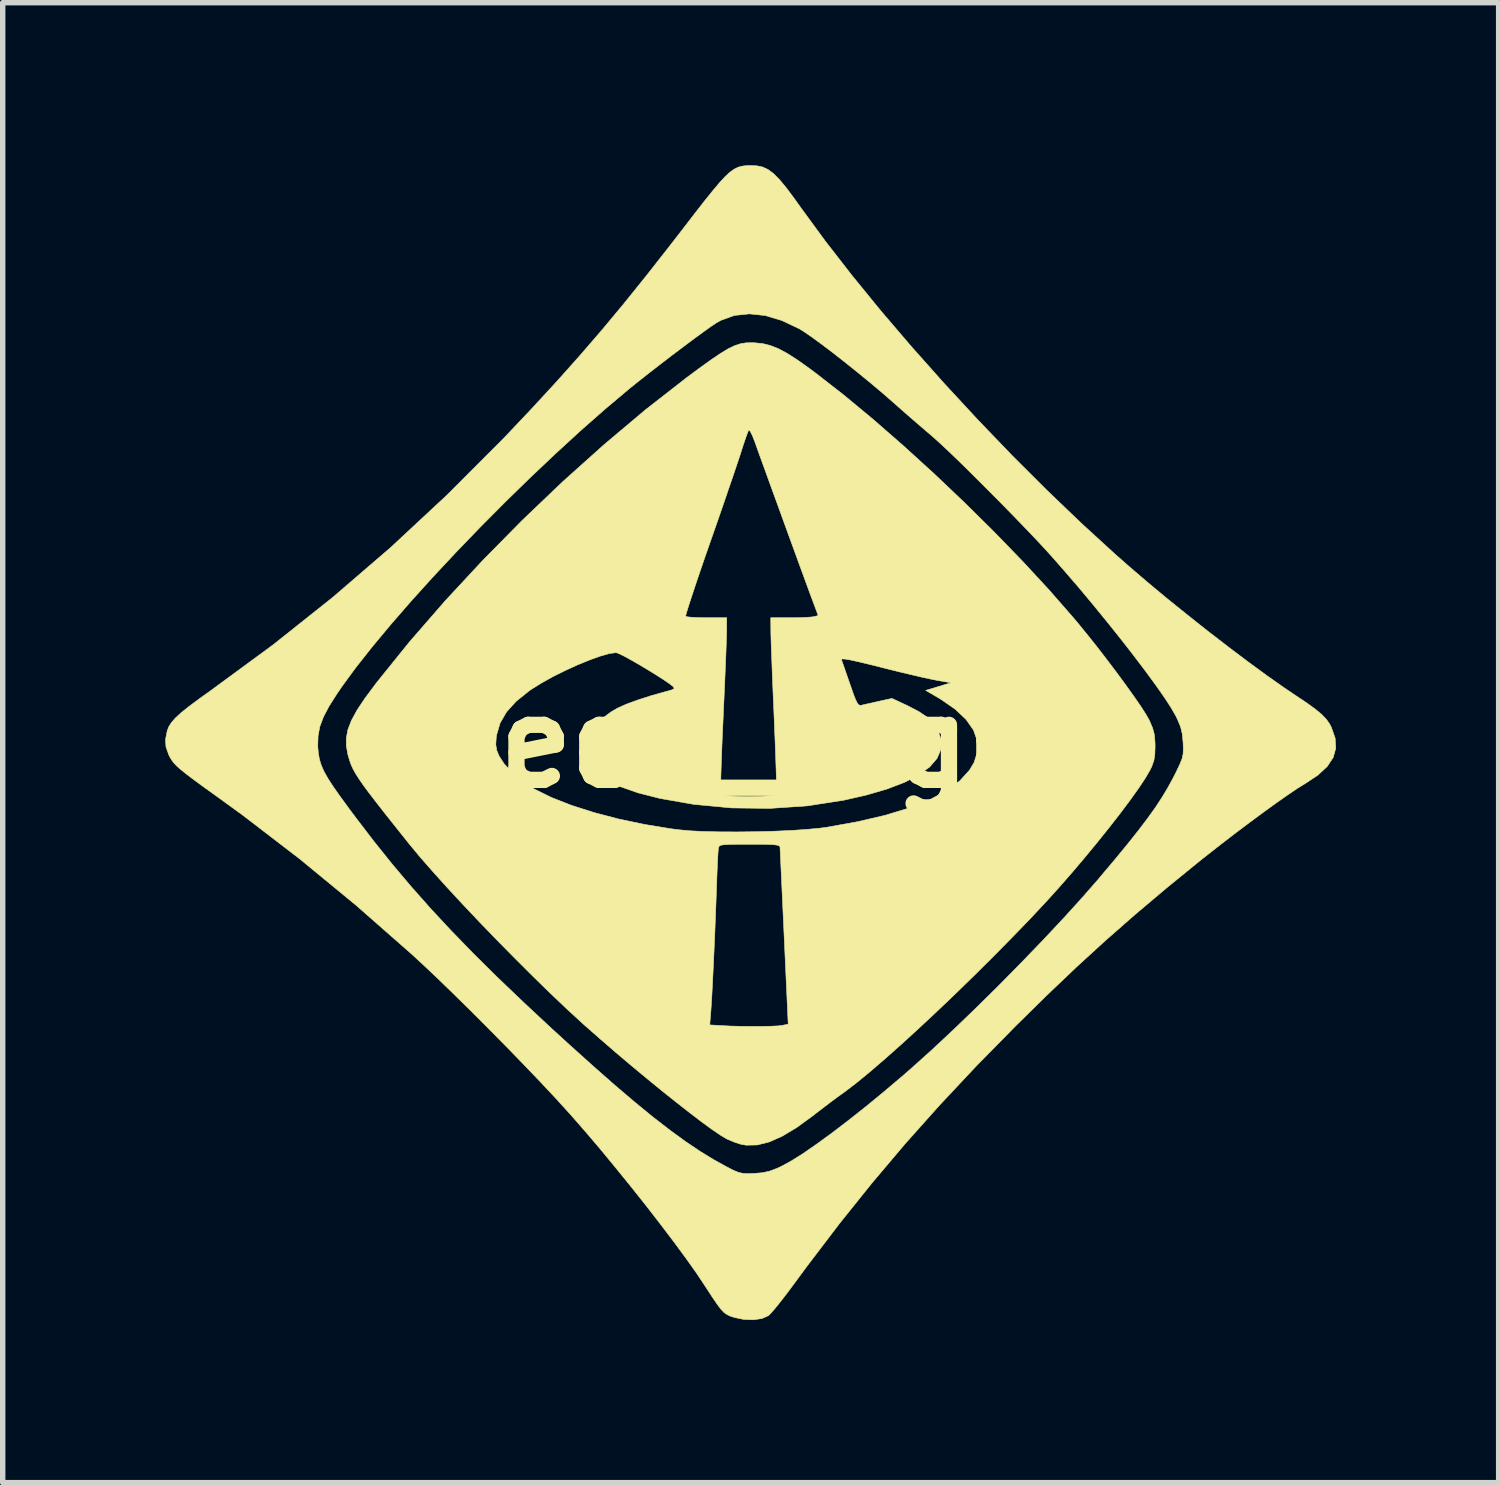
<source format=kicad_pcb>
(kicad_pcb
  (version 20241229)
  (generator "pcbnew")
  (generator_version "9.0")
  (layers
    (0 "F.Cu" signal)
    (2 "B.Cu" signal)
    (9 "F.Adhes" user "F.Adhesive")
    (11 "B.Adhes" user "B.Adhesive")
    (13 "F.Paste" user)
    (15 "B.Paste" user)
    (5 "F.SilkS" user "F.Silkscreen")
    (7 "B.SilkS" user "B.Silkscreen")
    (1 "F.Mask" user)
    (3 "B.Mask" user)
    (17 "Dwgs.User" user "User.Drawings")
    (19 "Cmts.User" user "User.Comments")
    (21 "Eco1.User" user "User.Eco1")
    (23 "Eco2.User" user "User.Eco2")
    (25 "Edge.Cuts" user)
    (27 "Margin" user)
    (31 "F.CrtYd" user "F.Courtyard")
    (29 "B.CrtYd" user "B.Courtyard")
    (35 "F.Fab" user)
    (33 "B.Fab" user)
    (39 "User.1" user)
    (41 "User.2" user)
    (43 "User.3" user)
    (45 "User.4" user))
  (footprint "ieee_logo"
    (layer "F.Cu")
    (at 10.837 10.655)
    (property "Reference" "ieee_logo" (at 0 0 0) (layer "F.SilkS") (effects (font (size 1.524 1.524) (thickness 0.3))))
    (attr through_hole)
    (fp_poly (pts (xy 0.086 -10.644) (xy 0.19 -10.622) (xy 0.289 -10.576) (xy 0.389 -10.502) (xy 0.498 -10.392) (xy 0.623 -10.242) (xy 0.771 -10.044) (xy 0.898 -9.866) (xy 1.343 -9.258) (xy 1.837 -8.622) (xy 2.373 -7.965) (xy 2.945 -7.296) (xy 3.544 -6.623) (xy 4.163 -5.954) (xy 4.794 -5.297) (xy 5.432 -4.66) (xy 6.067 -4.051) (xy 6.692 -3.479) (xy 6.953 -3.249) (xy 7.287 -2.963) (xy 7.647 -2.663) (xy 8.024 -2.359) (xy 8.406 -2.056) (xy 8.786 -1.763) (xy 9.152 -1.487) (xy 9.496 -1.235) (xy 9.807 -1.016) (xy 10.025 -0.869) (xy 10.233 -0.73) (xy 10.39 -0.616) (xy 10.507 -0.519) (xy 10.592 -0.431) (xy 10.653 -0.344) (xy 10.685 -0.283) (xy 10.756 -0.082) (xy 10.768 0.104) (xy 10.72 0.277) (xy 10.61 0.442) (xy 10.436 0.603) (xy 10.196 0.762) (xy 10.177 0.773) (xy 10.05 0.852) (xy 9.879 0.968) (xy 9.672 1.113) (xy 9.438 1.282) (xy 9.185 1.469) (xy 8.923 1.666) (xy 8.659 1.869) (xy 8.402 2.07) (xy 8.263 2.18) (xy 7.646 2.683) (xy 7.069 3.17) (xy 6.518 3.653) (xy 5.976 4.149) (xy 5.428 4.671) (xy 4.858 5.232) (xy 4.134 5.969) (xy 3.459 6.689) (xy 2.82 7.405) (xy 2.208 8.129) (xy 1.609 8.876) (xy 1.013 9.659) (xy 0.768 9.991) (xy 0.643 10.159) (xy 0.525 10.312) (xy 0.423 10.439) (xy 0.344 10.531) (xy 0.298 10.577) (xy 0.178 10.631) (xy 0.018 10.655) (xy -0.164 10.647) (xy -0.332 10.612) (xy -0.407 10.587) (xy -0.469 10.558) (xy -0.526 10.517) (xy -0.585 10.454) (xy -0.654 10.362) (xy -0.743 10.231) (xy -0.859 10.053) (xy -0.877 10.025) (xy -1.03 9.795) (xy -1.222 9.524) (xy -1.446 9.22) (xy -1.695 8.892) (xy -1.962 8.547) (xy -2.241 8.196) (xy -2.525 7.846) (xy -2.806 7.505) (xy -3.079 7.184) (xy -3.337 6.889) (xy -3.369 6.853) (xy -3.617 6.58) (xy -3.903 6.274) (xy -4.217 5.946) (xy -4.549 5.604) (xy -4.89 5.259) (xy -5.229 4.92) (xy -5.558 4.597) (xy -5.866 4.299) (xy -6.144 4.038) (xy -6.282 3.911) (xy -7.316 3.003) (xy -8.35 2.152) (xy -9.396 1.349) (xy -9.872 1.003) (xy -10.108 0.834) (xy -10.294 0.698) (xy -10.438 0.589) (xy -10.547 0.502) (xy -10.627 0.431) (xy -10.684 0.37) (xy -10.725 0.313) (xy -10.758 0.256) (xy -10.774 0.222) (xy -10.824 0.079) (xy -10.825 0.057) (xy -8.022 0.057) (xy -8.02 0.095) (xy -8.01 0.208) (xy -7.99 0.314) (xy -7.957 0.42) (xy -7.907 0.534) (xy -7.834 0.664) (xy -7.734 0.818) (xy -7.603 1.004) (xy -7.438 1.23) (xy -7.319 1.389) (xy -6.988 1.821) (xy -6.654 2.238) (xy -6.31 2.646) (xy -5.951 3.052) (xy -5.57 3.462) (xy -5.162 3.883) (xy -4.72 4.321) (xy -4.239 4.781) (xy -3.713 5.272) (xy -3.388 5.569) (xy -2.942 5.97) (xy -2.538 6.326) (xy -2.171 6.638) (xy -1.835 6.913) (xy -1.526 7.152) (xy -1.24 7.361) (xy -0.971 7.542) (xy -0.715 7.699) (xy -0.485 7.826) (xy -0.354 7.894) (xy -0.257 7.934) (xy -0.172 7.953) (xy -0.073 7.957) (xy 0.033 7.953) (xy 0.19 7.94) (xy 0.323 7.91) (xy 0.464 7.856) (xy 0.542 7.819) (xy 0.716 7.724) (xy 0.933 7.588) (xy 1.186 7.413) (xy 1.469 7.207) (xy 1.775 6.973) (xy 2.099 6.717) (xy 2.433 6.442) (xy 2.772 6.155) (xy 2.968 5.984) (xy 3.331 5.657) (xy 3.722 5.291) (xy 4.13 4.898) (xy 4.545 4.488) (xy 4.958 4.069) (xy 5.359 3.653) (xy 5.738 3.249) (xy 6.084 2.868) (xy 6.389 2.519) (xy 6.399 2.506) (xy 6.679 2.174) (xy 6.917 1.885) (xy 7.119 1.631) (xy 7.29 1.406) (xy 7.436 1.203) (xy 7.56 1.014) (xy 7.669 0.832) (xy 7.768 0.651) (xy 7.826 0.536) (xy 7.891 0.398) (xy 7.931 0.298) (xy 7.95 0.211) (xy 7.954 0.115) (xy 7.95 0) (xy 7.935 -0.159) (xy 7.903 -0.291) (xy 7.845 -0.43) (xy 7.814 -0.494) (xy 7.73 -0.64) (xy 7.606 -0.831) (xy 7.447 -1.058) (xy 7.257 -1.317) (xy 7.042 -1.601) (xy 6.807 -1.903) (xy 6.556 -2.217) (xy 6.295 -2.537) (xy 6.029 -2.856) (xy 5.761 -3.167) (xy 5.524 -3.437) (xy 5.377 -3.599) (xy 5.197 -3.791) (xy 4.993 -4.004) (xy 4.772 -4.232) (xy 4.541 -4.468) (xy 4.307 -4.703) (xy 4.079 -4.931) (xy 3.864 -5.143) (xy 3.668 -5.332) (xy 3.5 -5.491) (xy 3.367 -5.612) (xy 3.314 -5.659) (xy 3.196 -5.759) (xy 3.044 -5.89) (xy 2.873 -6.038) (xy 2.7 -6.19) (xy 2.62 -6.261) (xy 2.408 -6.446) (xy 2.179 -6.639) (xy 1.942 -6.833) (xy 1.706 -7.022) (xy 1.479 -7.2) (xy 1.27 -7.358) (xy 1.089 -7.49) (xy 0.944 -7.589) (xy 0.866 -7.637) (xy 0.545 -7.789) (xy 0.236 -7.881) (xy -0.058 -7.912) (xy -0.332 -7.883) (xy -0.583 -7.792) (xy -0.67 -7.743) (xy -0.767 -7.678) (xy -0.906 -7.578) (xy -1.079 -7.452) (xy -1.275 -7.305) (xy -1.485 -7.147) (xy -1.697 -6.984) (xy -1.904 -6.824) (xy -2.094 -6.674) (xy -2.257 -6.543) (xy -2.286 -6.519) (xy -2.722 -6.152) (xy -3.174 -5.754) (xy -3.635 -5.331) (xy -4.101 -4.89) (xy -4.566 -4.436) (xy -5.025 -3.974) (xy -5.471 -3.511) (xy -5.899 -3.053) (xy -6.304 -2.605) (xy -6.68 -2.172) (xy -7.021 -1.762) (xy -7.323 -1.38) (xy -7.579 -1.03) (xy -7.669 -0.898) (xy -7.815 -0.668) (xy -7.918 -0.471) (xy -7.984 -0.294) (xy -8.016 -0.123) (xy -8.022 0.057) (xy -10.825 0.057) (xy -10.832 -0.055) (xy -10.801 -0.214) (xy -10.801 -0.214) (xy -10.772 -0.29) (xy -10.723 -0.368) (xy -10.649 -0.453) (xy -10.542 -0.551) (xy -10.396 -0.668) (xy -10.206 -0.809) (xy -9.991 -0.963) (xy -8.847 -1.803) (xy -7.746 -2.679) (xy -6.677 -3.599) (xy -5.633 -4.571) (xy -4.603 -5.602) (xy -4.525 -5.684) (xy -4.054 -6.182) (xy -3.613 -6.661) (xy -3.192 -7.133) (xy -2.78 -7.61) (xy -2.369 -8.104) (xy -1.948 -8.627) (xy -1.507 -9.189) (xy -1.279 -9.484) (xy -1.063 -9.765) (xy -0.882 -9.997) (xy -0.732 -10.184) (xy -0.607 -10.332) (xy -0.503 -10.445) (xy -0.414 -10.527) (xy -0.335 -10.583) (xy -0.262 -10.619) (xy -0.188 -10.639) (xy -0.109 -10.648) (xy -0.031 -10.65) (xy 0.086 -10.644)) (stroke (width 0.01) (type solid)) (fill yes) (layer "F.SilkS"))
    (fp_poly (pts (xy 0.043 -7.378) (xy 0.189 -7.363) (xy 0.33 -7.328) (xy 0.477 -7.271) (xy 0.64 -7.184) (xy 0.828 -7.064) (xy 1.051 -6.905) (xy 1.169 -6.817) (xy 1.685 -6.415) (xy 2.227 -5.966) (xy 2.786 -5.478) (xy 3.352 -4.963) (xy 3.914 -4.429) (xy 4.462 -3.887) (xy 4.987 -3.345) (xy 5.479 -2.813) (xy 5.926 -2.301) (xy 5.998 -2.216) (xy 6.171 -2.004) (xy 6.353 -1.776) (xy 6.536 -1.539) (xy 6.715 -1.302) (xy 6.883 -1.074) (xy 7.034 -0.863) (xy 7.162 -0.678) (xy 7.26 -0.526) (xy 7.322 -0.418) (xy 7.328 -0.406) (xy 7.387 -0.267) (xy 7.419 -0.146) (xy 7.431 -0.008) (xy 7.433 0.068) (xy 7.428 0.219) (xy 7.41 0.334) (xy 7.371 0.443) (xy 7.338 0.511) (xy 7.256 0.652) (xy 7.134 0.836) (xy 6.978 1.055) (xy 6.793 1.302) (xy 6.586 1.568) (xy 6.361 1.848) (xy 6.126 2.133) (xy 5.886 2.416) (xy 5.646 2.69) (xy 5.436 2.922) (xy 5.128 3.251) (xy 4.8 3.591) (xy 4.459 3.937) (xy 4.11 4.284) (xy 3.759 4.626) (xy 3.411 4.958) (xy 3.072 5.275) (xy 2.748 5.571) (xy 2.444 5.841) (xy 2.166 6.08) (xy 1.92 6.282) (xy 1.711 6.442) (xy 1.626 6.503) (xy 1.556 6.553) (xy 1.446 6.635) (xy 1.31 6.739) (xy 1.161 6.853) (xy 1.118 6.887) (xy 0.819 7.105) (xy 0.551 7.266) (xy 0.309 7.373) (xy 0.089 7.428) (xy -0.113 7.432) (xy -0.212 7.415) (xy -0.325 7.379) (xy -0.45 7.327) (xy -0.483 7.311) (xy -0.591 7.246) (xy -0.744 7.142) (xy -0.935 7.003) (xy -1.157 6.833) (xy -1.405 6.639) (xy -1.672 6.426) (xy -1.952 6.197) (xy -2.239 5.959) (xy -2.526 5.716) (xy -2.807 5.473) (xy -3.076 5.236) (xy -3.103 5.212) (xy -0.787 5.212) (xy -0.588 5.224) (xy -0.412 5.233) (xy -0.214 5.238) (xy -0.012 5.24) (xy 0.182 5.24) (xy 0.35 5.236) (xy 0.478 5.23) (xy 0.542 5.222) (xy 0.661 5.199) (xy 0.587 3.59) (xy 0.572 3.265) (xy 0.558 2.96) (xy 0.545 2.682) (xy 0.534 2.437) (xy 0.524 2.232) (xy 0.517 2.075) (xy 0.512 1.972) (xy 0.51 1.929) (xy 0.501 1.91) (xy 0.469 1.896) (xy 0.405 1.887) (xy 0.3 1.881) (xy 0.145 1.878) (xy -0.052 1.878) (xy -0.259 1.878) (xy -0.408 1.88) (xy -0.508 1.885) (xy -0.571 1.893) (xy -0.605 1.907) (xy -0.621 1.927) (xy -0.626 1.946) (xy -0.632 2.001) (xy -0.639 2.112) (xy -0.646 2.265) (xy -0.654 2.449) (xy -0.66 2.625) (xy -0.671 2.934) (xy -0.683 3.256) (xy -0.696 3.58) (xy -0.71 3.896) (xy -0.724 4.193) (xy -0.737 4.46) (xy -0.749 4.688) (xy -0.76 4.865) (xy -0.766 4.951) (xy -0.787 5.212) (xy -3.103 5.212) (xy -3.15 5.17) (xy -3.425 4.917) (xy -3.725 4.632) (xy -4.044 4.321) (xy -4.372 3.994) (xy -4.703 3.658) (xy -5.03 3.32) (xy -5.344 2.988) (xy -5.638 2.671) (xy -5.904 2.375) (xy -6.136 2.11) (xy -6.325 1.882) (xy -6.327 1.88) (xy -6.566 1.58) (xy -6.767 1.327) (xy -6.932 1.116) (xy -7.067 0.941) (xy -7.174 0.797) (xy -7.257 0.677) (xy -7.321 0.577) (xy -7.369 0.491) (xy -7.405 0.413) (xy -7.432 0.338) (xy -7.455 0.26) (xy -7.465 0.225) (xy -7.494 0.068) (xy -7.494 0.041) (xy -4.736 0.041) (xy -4.718 0.146) (xy -4.675 0.25) (xy -4.582 0.393) (xy -4.44 0.547) (xy -4.264 0.698) (xy -4.07 0.832) (xy -4.014 0.864) (xy -3.705 1.016) (xy -3.338 1.16) (xy -2.924 1.292) (xy -2.475 1.41) (xy -2 1.51) (xy -1.509 1.591) (xy -1.369 1.609) (xy -1.161 1.629) (xy -0.899 1.642) (xy -0.598 1.649) (xy -0.271 1.65) (xy 0.067 1.646) (xy 0.402 1.637) (xy 0.722 1.623) (xy 1.01 1.603) (xy 1.254 1.58) (xy 1.372 1.564) (xy 1.944 1.461) (xy 2.452 1.343) (xy 2.894 1.208) (xy 3.271 1.057) (xy 3.583 0.89) (xy 3.829 0.707) (xy 4.009 0.508) (xy 4.091 0.37) (xy 4.155 0.169) (xy 4.151 -0.032) (xy 4.081 -0.23) (xy 3.945 -0.424) (xy 3.745 -0.614) (xy 3.479 -0.798) (xy 3.437 -0.823) (xy 3.2 -0.962) (xy 3.434 -1.033) (xy 3.667 -1.103) (xy 3.417 -1.146) (xy 3.31 -1.167) (xy 3.151 -1.201) (xy 2.954 -1.247) (xy 2.731 -1.3) (xy 2.496 -1.358) (xy 2.395 -1.384) (xy 2.142 -1.447) (xy 1.949 -1.493) (xy 1.808 -1.524) (xy 1.714 -1.54) (xy 1.661 -1.543) (xy 1.643 -1.533) (xy 1.644 -1.526) (xy 1.663 -1.475) (xy 1.698 -1.374) (xy 1.745 -1.238) (xy 1.8 -1.08) (xy 1.803 -1.072) (xy 1.861 -0.905) (xy 1.904 -0.793) (xy 1.938 -0.725) (xy 1.966 -0.693) (xy 1.996 -0.686) (xy 2.012 -0.688) (xy 2.079 -0.704) (xy 2.19 -0.728) (xy 2.32 -0.758) (xy 2.33 -0.76) (xy 2.577 -0.814) (xy 2.855 -0.684) (xy 3.068 -0.574) (xy 3.226 -0.469) (xy 3.34 -0.359) (xy 3.421 -0.237) (xy 3.422 -0.234) (xy 3.484 -0.051) (xy 3.48 0.125) (xy 3.41 0.291) (xy 3.275 0.448) (xy 3.076 0.595) (xy 2.814 0.732) (xy 2.489 0.857) (xy 2.102 0.97) (xy 1.685 1.065) (xy 1.013 1.169) (xy 0.319 1.216) (xy -0.385 1.207) (xy -1.083 1.141) (xy -1.71 1.031) (xy -2.109 0.929) (xy -2.447 0.811) (xy -2.721 0.677) (xy -2.932 0.528) (xy -3.078 0.365) (xy -3.152 0.208) (xy -3.173 0.12) (xy -3.168 0.051) (xy -3.133 -0.029) (xy -3.106 -0.075) (xy -2.979 -0.247) (xy -2.807 -0.416) (xy -2.612 -0.563) (xy -2.485 -0.637) (xy -2.323 -0.709) (xy -2.112 -0.786) (xy -1.87 -0.864) (xy -1.615 -0.936) (xy -1.562 -0.95) (xy -1.473 -0.976) (xy -1.442 -0.999) (xy -1.457 -1.028) (xy -1.46 -1.031) (xy -1.528 -1.084) (xy -1.637 -1.159) (xy -1.774 -1.247) (xy -1.927 -1.341) (xy -2.084 -1.435) (xy -2.234 -1.521) (xy -2.363 -1.592) (xy -2.461 -1.64) (xy -2.514 -1.659) (xy -2.516 -1.659) (xy -2.637 -1.643) (xy -2.804 -1.596) (xy -3.004 -1.524) (xy -3.225 -1.434) (xy -3.455 -1.329) (xy -3.682 -1.216) (xy -3.892 -1.099) (xy -4.075 -0.985) (xy -4.12 -0.954) (xy -4.361 -0.76) (xy -4.538 -0.564) (xy -4.657 -0.359) (xy -4.721 -0.14) (xy -4.728 -0.09) (xy -4.736 0.041) (xy -7.494 0.041) (xy -7.495 -0.084) (xy -7.465 -0.24) (xy -7.4 -0.408) (xy -7.297 -0.597) (xy -7.152 -0.815) (xy -6.962 -1.07) (xy -6.938 -1.102) (xy -6.335 -1.85) (xy -5.918 -2.33) (xy -1.232 -2.33) (xy -1.193 -2.319) (xy -1.101 -2.31) (xy -0.971 -2.305) (xy -0.845 -2.303) (xy -0.474 -2.303) (xy -0.475 -2.057) (xy -0.477 -1.969) (xy -0.482 -1.822) (xy -0.489 -1.625) (xy -0.499 -1.388) (xy -0.51 -1.118) (xy -0.523 -0.825) (xy -0.537 -0.518) (xy -0.54 -0.44) (xy -0.554 -0.142) (xy -0.565 0.135) (xy -0.574 0.384) (xy -0.581 0.596) (xy -0.585 0.766) (xy -0.586 0.886) (xy -0.583 0.948) (xy -0.582 0.955) (xy -0.532 0.972) (xy -0.43 0.985) (xy -0.292 0.993) (xy -0.133 0.997) (xy 0.032 0.996) (xy 0.188 0.992) (xy 0.319 0.982) (xy 0.409 0.969) (xy 0.443 0.954) (xy 0.446 0.917) (xy 0.445 0.818) (xy 0.443 0.667) (xy 0.437 0.47) (xy 0.429 0.235) (xy 0.419 -0.031) (xy 0.407 -0.321) (xy 0.403 -0.423) (xy 0.39 -0.732) (xy 0.377 -1.029) (xy 0.366 -1.306) (xy 0.357 -1.553) (xy 0.349 -1.762) (xy 0.344 -1.923) (xy 0.341 -2.028) (xy 0.341 -2.04) (xy 0.339 -2.303) (xy 0.703 -2.303) (xy 0.86 -2.305) (xy 0.999 -2.31) (xy 1.101 -2.318) (xy 1.141 -2.324) (xy 1.215 -2.344) (xy 1.112 -2.62) (xy 1.076 -2.715) (xy 1.021 -2.865) (xy 0.95 -3.06) (xy 0.865 -3.291) (xy 0.771 -3.55) (xy 0.67 -3.826) (xy 0.566 -4.112) (xy 0.463 -4.397) (xy 0.362 -4.673) (xy 0.269 -4.93) (xy 0.186 -5.159) (xy 0.116 -5.352) (xy 0.064 -5.498) (xy 0.046 -5.548) (xy 0.002 -5.661) (xy -0.037 -5.739) (xy -0.063 -5.77) (xy -0.067 -5.768) (xy -0.086 -5.726) (xy -0.12 -5.634) (xy -0.163 -5.507) (xy -0.197 -5.402) (xy -0.231 -5.295) (xy -0.285 -5.134) (xy -0.355 -4.926) (xy -0.439 -4.682) (xy -0.532 -4.409) (xy -0.633 -4.118) (xy -0.738 -3.816) (xy -0.775 -3.71) (xy -0.876 -3.422) (xy -0.968 -3.153) (xy -1.05 -2.911) (xy -1.119 -2.702) (xy -1.174 -2.533) (xy -1.212 -2.411) (xy -1.231 -2.342) (xy -1.232 -2.33) (xy -5.918 -2.33) (xy -5.68 -2.604) (xy -4.983 -3.355) (xy -4.254 -4.095) (xy -3.503 -4.812) (xy -2.74 -5.496) (xy -1.975 -6.14) (xy -1.218 -6.731) (xy -0.982 -6.906) (xy -0.764 -7.063) (xy -0.588 -7.182) (xy -0.444 -7.269) (xy -0.323 -7.327) (xy -0.214 -7.362) (xy -0.108 -7.378) (xy 0.008 -7.379) (xy 0.043 -7.378)) (stroke (width 0.01) (type solid)) (fill yes) (layer "F.SilkS")))
  (gr_rect
    (start -3 -3)
    (end 24.611 24.315)
    (stroke (width 0.1) (type default))
    (fill no)
    (layer "Edge.Cuts")))
</source>
